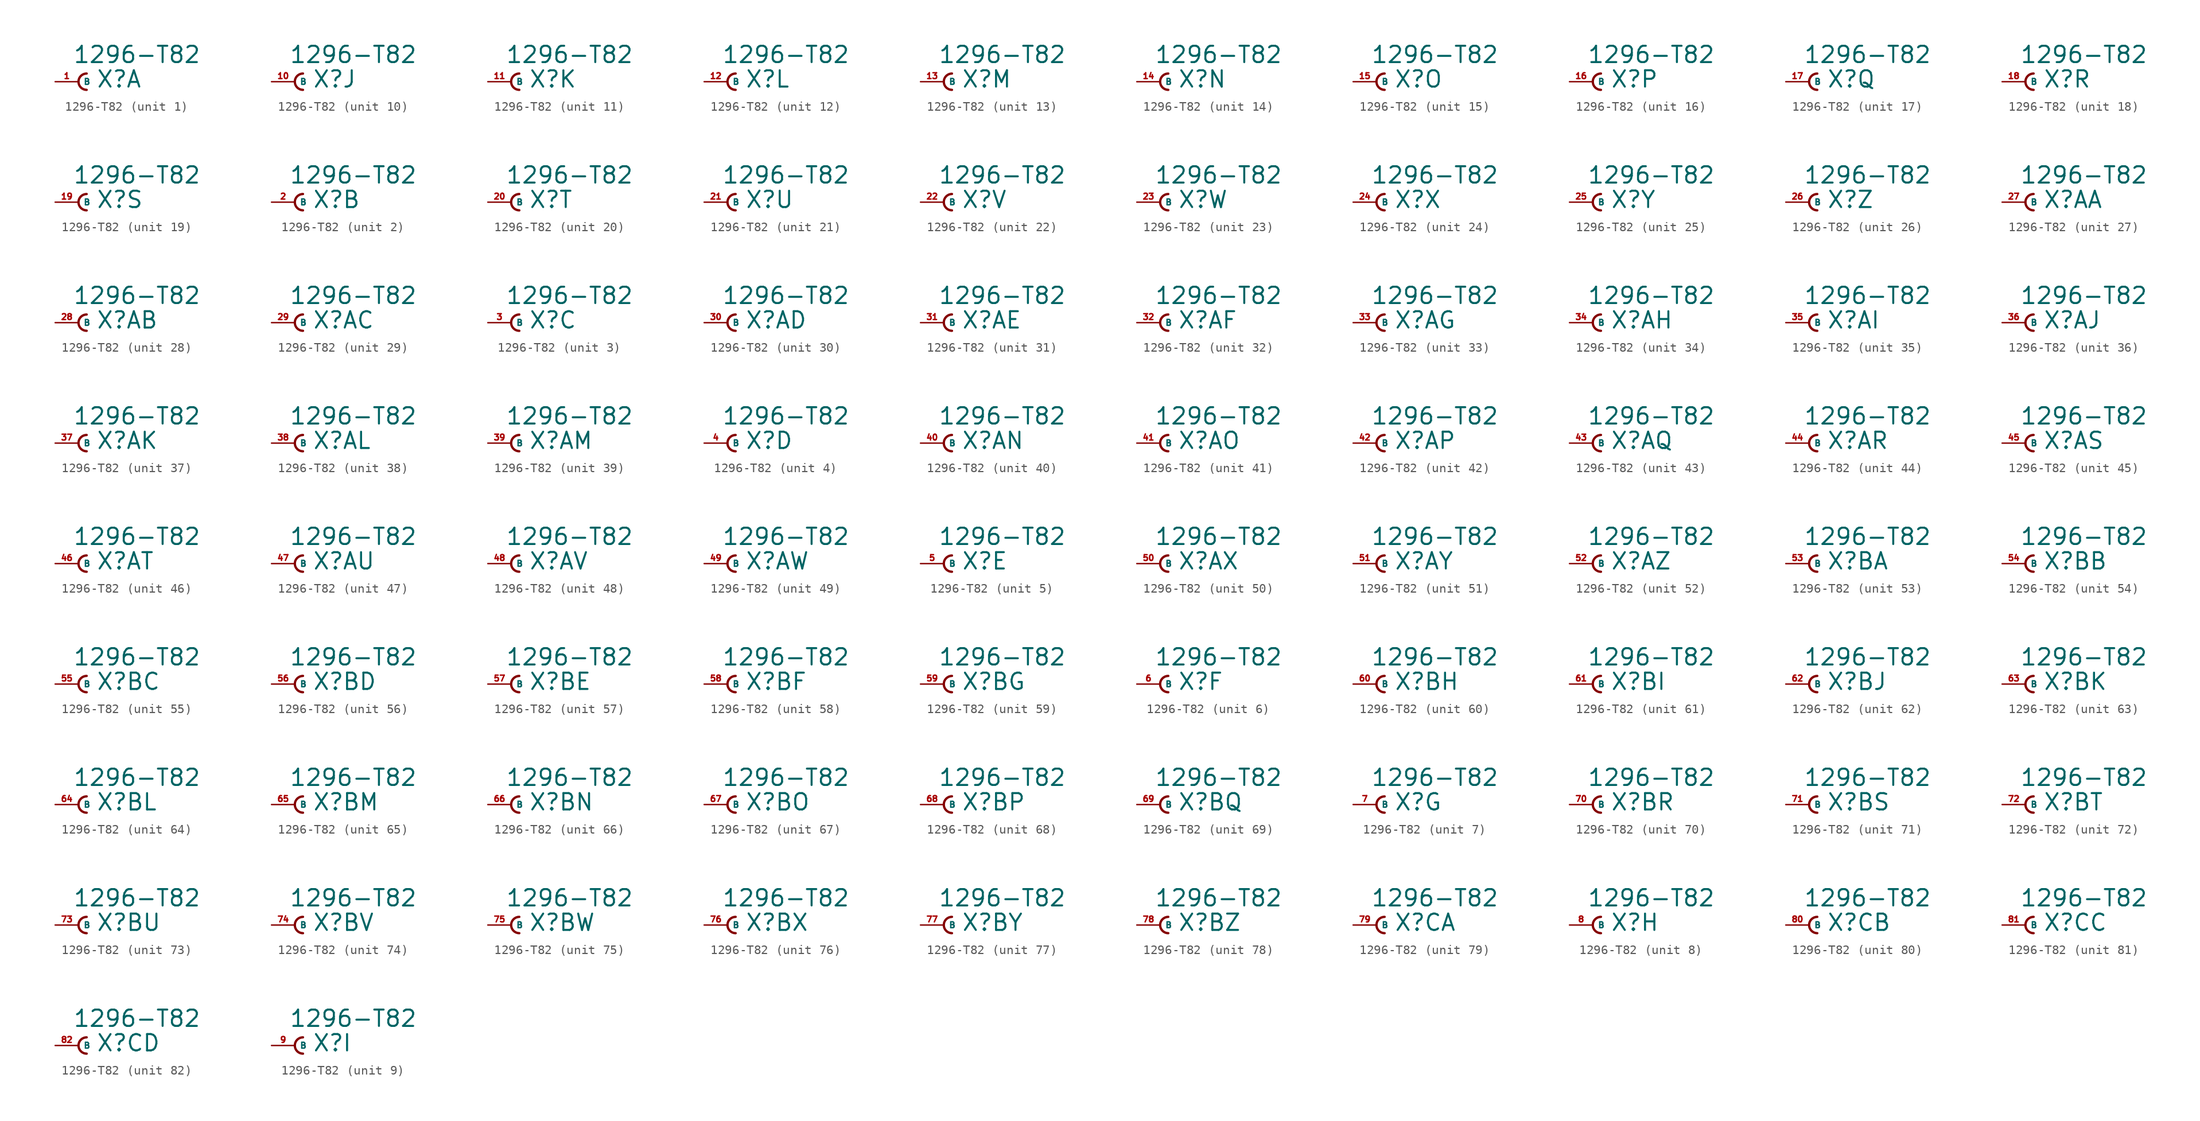
<source format=kicad_sym>
(kicad_symbol_lib
  (version 20220914)
  (generator Eagle2Kicad)
  (symbol "1296-T82"
    (property "Reference" "X"
      (at 1.905 -0.762 0)
      (effects (font (size 1.778 1.778) (thickness 0.22)) (justify left bottom)))
    (property "Value" "1296-T82"
      (at -0.635 1.905 0)
      (effects (font (size 1.778 1.778) (thickness 0.22)) (justify left bottom)))
    (symbol "1296-T82_1_0"
      (arc (start 0.889 0.889) (mid 0.000 0.000) (end 0.889 -0.889) (stroke (width 0.254) (type default)) (fill (type none)))
      (pin passive line (at -2.54 0 0) (length 2.54) (name "B" (effects (font (size 0.635 0.635) (thickness 0.08)) (justify left bottom))) (number "1" (effects (font (size 0.635 0.635) (thickness 0.08)) (justify left bottom)))))
    (symbol "1296-T82_2_0"
      (arc (start 0.889 0.889) (mid 0.000 0.000) (end 0.889 -0.889) (stroke (width 0.254) (type default)) (fill (type none)))
      (pin passive line (at -2.54 0 0) (length 2.54) (name "B" (effects (font (size 0.635 0.635) (thickness 0.08)) (justify left bottom))) (number "2" (effects (font (size 0.635 0.635) (thickness 0.08)) (justify left bottom)))))
    (symbol "1296-T82_3_0"
      (arc (start 0.889 0.889) (mid 0.000 0.000) (end 0.889 -0.889) (stroke (width 0.254) (type default)) (fill (type none)))
      (pin passive line (at -2.54 0 0) (length 2.54) (name "B" (effects (font (size 0.635 0.635) (thickness 0.08)) (justify left bottom))) (number "3" (effects (font (size 0.635 0.635) (thickness 0.08)) (justify left bottom)))))
    (symbol "1296-T82_4_0"
      (arc (start 0.889 0.889) (mid 0.000 0.000) (end 0.889 -0.889) (stroke (width 0.254) (type default)) (fill (type none)))
      (pin passive line (at -2.54 0 0) (length 2.54) (name "B" (effects (font (size 0.635 0.635) (thickness 0.08)) (justify left bottom))) (number "4" (effects (font (size 0.635 0.635) (thickness 0.08)) (justify left bottom)))))
    (symbol "1296-T82_5_0"
      (arc (start 0.889 0.889) (mid 0.000 0.000) (end 0.889 -0.889) (stroke (width 0.254) (type default)) (fill (type none)))
      (pin passive line (at -2.54 0 0) (length 2.54) (name "B" (effects (font (size 0.635 0.635) (thickness 0.08)) (justify left bottom))) (number "5" (effects (font (size 0.635 0.635) (thickness 0.08)) (justify left bottom)))))
    (symbol "1296-T82_6_0"
      (arc (start 0.889 0.889) (mid 0.000 0.000) (end 0.889 -0.889) (stroke (width 0.254) (type default)) (fill (type none)))
      (pin passive line (at -2.54 0 0) (length 2.54) (name "B" (effects (font (size 0.635 0.635) (thickness 0.08)) (justify left bottom))) (number "6" (effects (font (size 0.635 0.635) (thickness 0.08)) (justify left bottom)))))
    (symbol "1296-T82_7_0"
      (arc (start 0.889 0.889) (mid 0.000 0.000) (end 0.889 -0.889) (stroke (width 0.254) (type default)) (fill (type none)))
      (pin passive line (at -2.54 0 0) (length 2.54) (name "B" (effects (font (size 0.635 0.635) (thickness 0.08)) (justify left bottom))) (number "7" (effects (font (size 0.635 0.635) (thickness 0.08)) (justify left bottom)))))
    (symbol "1296-T82_8_0"
      (arc (start 0.889 0.889) (mid 0.000 0.000) (end 0.889 -0.889) (stroke (width 0.254) (type default)) (fill (type none)))
      (pin passive line (at -2.54 0 0) (length 2.54) (name "B" (effects (font (size 0.635 0.635) (thickness 0.08)) (justify left bottom))) (number "8" (effects (font (size 0.635 0.635) (thickness 0.08)) (justify left bottom)))))
    (symbol "1296-T82_9_0"
      (arc (start 0.889 0.889) (mid 0.000 0.000) (end 0.889 -0.889) (stroke (width 0.254) (type default)) (fill (type none)))
      (pin passive line (at -2.54 0 0) (length 2.54) (name "B" (effects (font (size 0.635 0.635) (thickness 0.08)) (justify left bottom))) (number "9" (effects (font (size 0.635 0.635) (thickness 0.08)) (justify left bottom)))))
    (symbol "1296-T82_10_0"
      (arc (start 0.889 0.889) (mid 0.000 0.000) (end 0.889 -0.889) (stroke (width 0.254) (type default)) (fill (type none)))
      (pin passive line (at -2.54 0 0) (length 2.54) (name "B" (effects (font (size 0.635 0.635) (thickness 0.08)) (justify left bottom))) (number "10" (effects (font (size 0.635 0.635) (thickness 0.08)) (justify left bottom)))))
    (symbol "1296-T82_11_0"
      (arc (start 0.889 0.889) (mid 0.000 0.000) (end 0.889 -0.889) (stroke (width 0.254) (type default)) (fill (type none)))
      (pin passive line (at -2.54 0 0) (length 2.54) (name "B" (effects (font (size 0.635 0.635) (thickness 0.08)) (justify left bottom))) (number "11" (effects (font (size 0.635 0.635) (thickness 0.08)) (justify left bottom)))))
    (symbol "1296-T82_12_0"
      (arc (start 0.889 0.889) (mid 0.000 0.000) (end 0.889 -0.889) (stroke (width 0.254) (type default)) (fill (type none)))
      (pin passive line (at -2.54 0 0) (length 2.54) (name "B" (effects (font (size 0.635 0.635) (thickness 0.08)) (justify left bottom))) (number "12" (effects (font (size 0.635 0.635) (thickness 0.08)) (justify left bottom)))))
    (symbol "1296-T82_13_0"
      (arc (start 0.889 0.889) (mid 0.000 0.000) (end 0.889 -0.889) (stroke (width 0.254) (type default)) (fill (type none)))
      (pin passive line (at -2.54 0 0) (length 2.54) (name "B" (effects (font (size 0.635 0.635) (thickness 0.08)) (justify left bottom))) (number "13" (effects (font (size 0.635 0.635) (thickness 0.08)) (justify left bottom)))))
    (symbol "1296-T82_14_0"
      (arc (start 0.889 0.889) (mid 0.000 0.000) (end 0.889 -0.889) (stroke (width 0.254) (type default)) (fill (type none)))
      (pin passive line (at -2.54 0 0) (length 2.54) (name "B" (effects (font (size 0.635 0.635) (thickness 0.08)) (justify left bottom))) (number "14" (effects (font (size 0.635 0.635) (thickness 0.08)) (justify left bottom)))))
    (symbol "1296-T82_15_0"
      (arc (start 0.889 0.889) (mid 0.000 0.000) (end 0.889 -0.889) (stroke (width 0.254) (type default)) (fill (type none)))
      (pin passive line (at -2.54 0 0) (length 2.54) (name "B" (effects (font (size 0.635 0.635) (thickness 0.08)) (justify left bottom))) (number "15" (effects (font (size 0.635 0.635) (thickness 0.08)) (justify left bottom)))))
    (symbol "1296-T82_16_0"
      (arc (start 0.889 0.889) (mid 0.000 0.000) (end 0.889 -0.889) (stroke (width 0.254) (type default)) (fill (type none)))
      (pin passive line (at -2.54 0 0) (length 2.54) (name "B" (effects (font (size 0.635 0.635) (thickness 0.08)) (justify left bottom))) (number "16" (effects (font (size 0.635 0.635) (thickness 0.08)) (justify left bottom)))))
    (symbol "1296-T82_17_0"
      (arc (start 0.889 0.889) (mid 0.000 0.000) (end 0.889 -0.889) (stroke (width 0.254) (type default)) (fill (type none)))
      (pin passive line (at -2.54 0 0) (length 2.54) (name "B" (effects (font (size 0.635 0.635) (thickness 0.08)) (justify left bottom))) (number "17" (effects (font (size 0.635 0.635) (thickness 0.08)) (justify left bottom)))))
    (symbol "1296-T82_18_0"
      (arc (start 0.889 0.889) (mid 0.000 0.000) (end 0.889 -0.889) (stroke (width 0.254) (type default)) (fill (type none)))
      (pin passive line (at -2.54 0 0) (length 2.54) (name "B" (effects (font (size 0.635 0.635) (thickness 0.08)) (justify left bottom))) (number "18" (effects (font (size 0.635 0.635) (thickness 0.08)) (justify left bottom)))))
    (symbol "1296-T82_19_0"
      (arc (start 0.889 0.889) (mid 0.000 0.000) (end 0.889 -0.889) (stroke (width 0.254) (type default)) (fill (type none)))
      (pin passive line (at -2.54 0 0) (length 2.54) (name "B" (effects (font (size 0.635 0.635) (thickness 0.08)) (justify left bottom))) (number "19" (effects (font (size 0.635 0.635) (thickness 0.08)) (justify left bottom)))))
    (symbol "1296-T82_20_0"
      (arc (start 0.889 0.889) (mid 0.000 0.000) (end 0.889 -0.889) (stroke (width 0.254) (type default)) (fill (type none)))
      (pin passive line (at -2.54 0 0) (length 2.54) (name "B" (effects (font (size 0.635 0.635) (thickness 0.08)) (justify left bottom))) (number "20" (effects (font (size 0.635 0.635) (thickness 0.08)) (justify left bottom)))))
    (symbol "1296-T82_21_0"
      (arc (start 0.889 0.889) (mid 0.000 0.000) (end 0.889 -0.889) (stroke (width 0.254) (type default)) (fill (type none)))
      (pin passive line (at -2.54 0 0) (length 2.54) (name "B" (effects (font (size 0.635 0.635) (thickness 0.08)) (justify left bottom))) (number "21" (effects (font (size 0.635 0.635) (thickness 0.08)) (justify left bottom)))))
    (symbol "1296-T82_22_0"
      (arc (start 0.889 0.889) (mid 0.000 0.000) (end 0.889 -0.889) (stroke (width 0.254) (type default)) (fill (type none)))
      (pin passive line (at -2.54 0 0) (length 2.54) (name "B" (effects (font (size 0.635 0.635) (thickness 0.08)) (justify left bottom))) (number "22" (effects (font (size 0.635 0.635) (thickness 0.08)) (justify left bottom)))))
    (symbol "1296-T82_23_0"
      (arc (start 0.889 0.889) (mid 0.000 0.000) (end 0.889 -0.889) (stroke (width 0.254) (type default)) (fill (type none)))
      (pin passive line (at -2.54 0 0) (length 2.54) (name "B" (effects (font (size 0.635 0.635) (thickness 0.08)) (justify left bottom))) (number "23" (effects (font (size 0.635 0.635) (thickness 0.08)) (justify left bottom)))))
    (symbol "1296-T82_24_0"
      (arc (start 0.889 0.889) (mid 0.000 0.000) (end 0.889 -0.889) (stroke (width 0.254) (type default)) (fill (type none)))
      (pin passive line (at -2.54 0 0) (length 2.54) (name "B" (effects (font (size 0.635 0.635) (thickness 0.08)) (justify left bottom))) (number "24" (effects (font (size 0.635 0.635) (thickness 0.08)) (justify left bottom)))))
    (symbol "1296-T82_25_0"
      (arc (start 0.889 0.889) (mid 0.000 0.000) (end 0.889 -0.889) (stroke (width 0.254) (type default)) (fill (type none)))
      (pin passive line (at -2.54 0 0) (length 2.54) (name "B" (effects (font (size 0.635 0.635) (thickness 0.08)) (justify left bottom))) (number "25" (effects (font (size 0.635 0.635) (thickness 0.08)) (justify left bottom)))))
    (symbol "1296-T82_26_0"
      (arc (start 0.889 0.889) (mid 0.000 0.000) (end 0.889 -0.889) (stroke (width 0.254) (type default)) (fill (type none)))
      (pin passive line (at -2.54 0 0) (length 2.54) (name "B" (effects (font (size 0.635 0.635) (thickness 0.08)) (justify left bottom))) (number "26" (effects (font (size 0.635 0.635) (thickness 0.08)) (justify left bottom)))))
    (symbol "1296-T82_27_0"
      (arc (start 0.889 0.889) (mid 0.000 0.000) (end 0.889 -0.889) (stroke (width 0.254) (type default)) (fill (type none)))
      (pin passive line (at -2.54 0 0) (length 2.54) (name "B" (effects (font (size 0.635 0.635) (thickness 0.08)) (justify left bottom))) (number "27" (effects (font (size 0.635 0.635) (thickness 0.08)) (justify left bottom)))))
    (symbol "1296-T82_28_0"
      (arc (start 0.889 0.889) (mid 0.000 0.000) (end 0.889 -0.889) (stroke (width 0.254) (type default)) (fill (type none)))
      (pin passive line (at -2.54 0 0) (length 2.54) (name "B" (effects (font (size 0.635 0.635) (thickness 0.08)) (justify left bottom))) (number "28" (effects (font (size 0.635 0.635) (thickness 0.08)) (justify left bottom)))))
    (symbol "1296-T82_29_0"
      (arc (start 0.889 0.889) (mid 0.000 0.000) (end 0.889 -0.889) (stroke (width 0.254) (type default)) (fill (type none)))
      (pin passive line (at -2.54 0 0) (length 2.54) (name "B" (effects (font (size 0.635 0.635) (thickness 0.08)) (justify left bottom))) (number "29" (effects (font (size 0.635 0.635) (thickness 0.08)) (justify left bottom)))))
    (symbol "1296-T82_30_0"
      (arc (start 0.889 0.889) (mid 0.000 0.000) (end 0.889 -0.889) (stroke (width 0.254) (type default)) (fill (type none)))
      (pin passive line (at -2.54 0 0) (length 2.54) (name "B" (effects (font (size 0.635 0.635) (thickness 0.08)) (justify left bottom))) (number "30" (effects (font (size 0.635 0.635) (thickness 0.08)) (justify left bottom)))))
    (symbol "1296-T82_31_0"
      (arc (start 0.889 0.889) (mid 0.000 0.000) (end 0.889 -0.889) (stroke (width 0.254) (type default)) (fill (type none)))
      (pin passive line (at -2.54 0 0) (length 2.54) (name "B" (effects (font (size 0.635 0.635) (thickness 0.08)) (justify left bottom))) (number "31" (effects (font (size 0.635 0.635) (thickness 0.08)) (justify left bottom)))))
    (symbol "1296-T82_32_0"
      (arc (start 0.889 0.889) (mid 0.000 0.000) (end 0.889 -0.889) (stroke (width 0.254) (type default)) (fill (type none)))
      (pin passive line (at -2.54 0 0) (length 2.54) (name "B" (effects (font (size 0.635 0.635) (thickness 0.08)) (justify left bottom))) (number "32" (effects (font (size 0.635 0.635) (thickness 0.08)) (justify left bottom)))))
    (symbol "1296-T82_33_0"
      (arc (start 0.889 0.889) (mid 0.000 0.000) (end 0.889 -0.889) (stroke (width 0.254) (type default)) (fill (type none)))
      (pin passive line (at -2.54 0 0) (length 2.54) (name "B" (effects (font (size 0.635 0.635) (thickness 0.08)) (justify left bottom))) (number "33" (effects (font (size 0.635 0.635) (thickness 0.08)) (justify left bottom)))))
    (symbol "1296-T82_34_0"
      (arc (start 0.889 0.889) (mid 0.000 0.000) (end 0.889 -0.889) (stroke (width 0.254) (type default)) (fill (type none)))
      (pin passive line (at -2.54 0 0) (length 2.54) (name "B" (effects (font (size 0.635 0.635) (thickness 0.08)) (justify left bottom))) (number "34" (effects (font (size 0.635 0.635) (thickness 0.08)) (justify left bottom)))))
    (symbol "1296-T82_35_0"
      (arc (start 0.889 0.889) (mid 0.000 0.000) (end 0.889 -0.889) (stroke (width 0.254) (type default)) (fill (type none)))
      (pin passive line (at -2.54 0 0) (length 2.54) (name "B" (effects (font (size 0.635 0.635) (thickness 0.08)) (justify left bottom))) (number "35" (effects (font (size 0.635 0.635) (thickness 0.08)) (justify left bottom)))))
    (symbol "1296-T82_36_0"
      (arc (start 0.889 0.889) (mid 0.000 0.000) (end 0.889 -0.889) (stroke (width 0.254) (type default)) (fill (type none)))
      (pin passive line (at -2.54 0 0) (length 2.54) (name "B" (effects (font (size 0.635 0.635) (thickness 0.08)) (justify left bottom))) (number "36" (effects (font (size 0.635 0.635) (thickness 0.08)) (justify left bottom)))))
    (symbol "1296-T82_37_0"
      (arc (start 0.889 0.889) (mid 0.000 0.000) (end 0.889 -0.889) (stroke (width 0.254) (type default)) (fill (type none)))
      (pin passive line (at -2.54 0 0) (length 2.54) (name "B" (effects (font (size 0.635 0.635) (thickness 0.08)) (justify left bottom))) (number "37" (effects (font (size 0.635 0.635) (thickness 0.08)) (justify left bottom)))))
    (symbol "1296-T82_38_0"
      (arc (start 0.889 0.889) (mid 0.000 0.000) (end 0.889 -0.889) (stroke (width 0.254) (type default)) (fill (type none)))
      (pin passive line (at -2.54 0 0) (length 2.54) (name "B" (effects (font (size 0.635 0.635) (thickness 0.08)) (justify left bottom))) (number "38" (effects (font (size 0.635 0.635) (thickness 0.08)) (justify left bottom)))))
    (symbol "1296-T82_39_0"
      (arc (start 0.889 0.889) (mid 0.000 0.000) (end 0.889 -0.889) (stroke (width 0.254) (type default)) (fill (type none)))
      (pin passive line (at -2.54 0 0) (length 2.54) (name "B" (effects (font (size 0.635 0.635) (thickness 0.08)) (justify left bottom))) (number "39" (effects (font (size 0.635 0.635) (thickness 0.08)) (justify left bottom)))))
    (symbol "1296-T82_40_0"
      (arc (start 0.889 0.889) (mid 0.000 0.000) (end 0.889 -0.889) (stroke (width 0.254) (type default)) (fill (type none)))
      (pin passive line (at -2.54 0 0) (length 2.54) (name "B" (effects (font (size 0.635 0.635) (thickness 0.08)) (justify left bottom))) (number "40" (effects (font (size 0.635 0.635) (thickness 0.08)) (justify left bottom)))))
    (symbol "1296-T82_41_0"
      (arc (start 0.889 0.889) (mid 0.000 0.000) (end 0.889 -0.889) (stroke (width 0.254) (type default)) (fill (type none)))
      (pin passive line (at -2.54 0 0) (length 2.54) (name "B" (effects (font (size 0.635 0.635) (thickness 0.08)) (justify left bottom))) (number "41" (effects (font (size 0.635 0.635) (thickness 0.08)) (justify left bottom)))))
    (symbol "1296-T82_42_0"
      (arc (start 0.889 0.889) (mid 0.000 0.000) (end 0.889 -0.889) (stroke (width 0.254) (type default)) (fill (type none)))
      (pin passive line (at -2.54 0 0) (length 2.54) (name "B" (effects (font (size 0.635 0.635) (thickness 0.08)) (justify left bottom))) (number "42" (effects (font (size 0.635 0.635) (thickness 0.08)) (justify left bottom)))))
    (symbol "1296-T82_43_0"
      (arc (start 0.889 0.889) (mid 0.000 0.000) (end 0.889 -0.889) (stroke (width 0.254) (type default)) (fill (type none)))
      (pin passive line (at -2.54 0 0) (length 2.54) (name "B" (effects (font (size 0.635 0.635) (thickness 0.08)) (justify left bottom))) (number "43" (effects (font (size 0.635 0.635) (thickness 0.08)) (justify left bottom)))))
    (symbol "1296-T82_44_0"
      (arc (start 0.889 0.889) (mid 0.000 0.000) (end 0.889 -0.889) (stroke (width 0.254) (type default)) (fill (type none)))
      (pin passive line (at -2.54 0 0) (length 2.54) (name "B" (effects (font (size 0.635 0.635) (thickness 0.08)) (justify left bottom))) (number "44" (effects (font (size 0.635 0.635) (thickness 0.08)) (justify left bottom)))))
    (symbol "1296-T82_45_0"
      (arc (start 0.889 0.889) (mid 0.000 0.000) (end 0.889 -0.889) (stroke (width 0.254) (type default)) (fill (type none)))
      (pin passive line (at -2.54 0 0) (length 2.54) (name "B" (effects (font (size 0.635 0.635) (thickness 0.08)) (justify left bottom))) (number "45" (effects (font (size 0.635 0.635) (thickness 0.08)) (justify left bottom)))))
    (symbol "1296-T82_46_0"
      (arc (start 0.889 0.889) (mid 0.000 0.000) (end 0.889 -0.889) (stroke (width 0.254) (type default)) (fill (type none)))
      (pin passive line (at -2.54 0 0) (length 2.54) (name "B" (effects (font (size 0.635 0.635) (thickness 0.08)) (justify left bottom))) (number "46" (effects (font (size 0.635 0.635) (thickness 0.08)) (justify left bottom)))))
    (symbol "1296-T82_47_0"
      (arc (start 0.889 0.889) (mid 0.000 0.000) (end 0.889 -0.889) (stroke (width 0.254) (type default)) (fill (type none)))
      (pin passive line (at -2.54 0 0) (length 2.54) (name "B" (effects (font (size 0.635 0.635) (thickness 0.08)) (justify left bottom))) (number "47" (effects (font (size 0.635 0.635) (thickness 0.08)) (justify left bottom)))))
    (symbol "1296-T82_48_0"
      (arc (start 0.889 0.889) (mid 0.000 0.000) (end 0.889 -0.889) (stroke (width 0.254) (type default)) (fill (type none)))
      (pin passive line (at -2.54 0 0) (length 2.54) (name "B" (effects (font (size 0.635 0.635) (thickness 0.08)) (justify left bottom))) (number "48" (effects (font (size 0.635 0.635) (thickness 0.08)) (justify left bottom)))))
    (symbol "1296-T82_49_0"
      (arc (start 0.889 0.889) (mid 0.000 0.000) (end 0.889 -0.889) (stroke (width 0.254) (type default)) (fill (type none)))
      (pin passive line (at -2.54 0 0) (length 2.54) (name "B" (effects (font (size 0.635 0.635) (thickness 0.08)) (justify left bottom))) (number "49" (effects (font (size 0.635 0.635) (thickness 0.08)) (justify left bottom)))))
    (symbol "1296-T82_50_0"
      (arc (start 0.889 0.889) (mid 0.000 0.000) (end 0.889 -0.889) (stroke (width 0.254) (type default)) (fill (type none)))
      (pin passive line (at -2.54 0 0) (length 2.54) (name "B" (effects (font (size 0.635 0.635) (thickness 0.08)) (justify left bottom))) (number "50" (effects (font (size 0.635 0.635) (thickness 0.08)) (justify left bottom)))))
    (symbol "1296-T82_51_0"
      (arc (start 0.889 0.889) (mid 0.000 0.000) (end 0.889 -0.889) (stroke (width 0.254) (type default)) (fill (type none)))
      (pin passive line (at -2.54 0 0) (length 2.54) (name "B" (effects (font (size 0.635 0.635) (thickness 0.08)) (justify left bottom))) (number "51" (effects (font (size 0.635 0.635) (thickness 0.08)) (justify left bottom)))))
    (symbol "1296-T82_52_0"
      (arc (start 0.889 0.889) (mid 0.000 0.000) (end 0.889 -0.889) (stroke (width 0.254) (type default)) (fill (type none)))
      (pin passive line (at -2.54 0 0) (length 2.54) (name "B" (effects (font (size 0.635 0.635) (thickness 0.08)) (justify left bottom))) (number "52" (effects (font (size 0.635 0.635) (thickness 0.08)) (justify left bottom)))))
    (symbol "1296-T82_53_0"
      (arc (start 0.889 0.889) (mid 0.000 0.000) (end 0.889 -0.889) (stroke (width 0.254) (type default)) (fill (type none)))
      (pin passive line (at -2.54 0 0) (length 2.54) (name "B" (effects (font (size 0.635 0.635) (thickness 0.08)) (justify left bottom))) (number "53" (effects (font (size 0.635 0.635) (thickness 0.08)) (justify left bottom)))))
    (symbol "1296-T82_54_0"
      (arc (start 0.889 0.889) (mid 0.000 0.000) (end 0.889 -0.889) (stroke (width 0.254) (type default)) (fill (type none)))
      (pin passive line (at -2.54 0 0) (length 2.54) (name "B" (effects (font (size 0.635 0.635) (thickness 0.08)) (justify left bottom))) (number "54" (effects (font (size 0.635 0.635) (thickness 0.08)) (justify left bottom)))))
    (symbol "1296-T82_55_0"
      (arc (start 0.889 0.889) (mid 0.000 0.000) (end 0.889 -0.889) (stroke (width 0.254) (type default)) (fill (type none)))
      (pin passive line (at -2.54 0 0) (length 2.54) (name "B" (effects (font (size 0.635 0.635) (thickness 0.08)) (justify left bottom))) (number "55" (effects (font (size 0.635 0.635) (thickness 0.08)) (justify left bottom)))))
    (symbol "1296-T82_56_0"
      (arc (start 0.889 0.889) (mid 0.000 0.000) (end 0.889 -0.889) (stroke (width 0.254) (type default)) (fill (type none)))
      (pin passive line (at -2.54 0 0) (length 2.54) (name "B" (effects (font (size 0.635 0.635) (thickness 0.08)) (justify left bottom))) (number "56" (effects (font (size 0.635 0.635) (thickness 0.08)) (justify left bottom)))))
    (symbol "1296-T82_57_0"
      (arc (start 0.889 0.889) (mid 0.000 0.000) (end 0.889 -0.889) (stroke (width 0.254) (type default)) (fill (type none)))
      (pin passive line (at -2.54 0 0) (length 2.54) (name "B" (effects (font (size 0.635 0.635) (thickness 0.08)) (justify left bottom))) (number "57" (effects (font (size 0.635 0.635) (thickness 0.08)) (justify left bottom)))))
    (symbol "1296-T82_58_0"
      (arc (start 0.889 0.889) (mid 0.000 0.000) (end 0.889 -0.889) (stroke (width 0.254) (type default)) (fill (type none)))
      (pin passive line (at -2.54 0 0) (length 2.54) (name "B" (effects (font (size 0.635 0.635) (thickness 0.08)) (justify left bottom))) (number "58" (effects (font (size 0.635 0.635) (thickness 0.08)) (justify left bottom)))))
    (symbol "1296-T82_59_0"
      (arc (start 0.889 0.889) (mid 0.000 0.000) (end 0.889 -0.889) (stroke (width 0.254) (type default)) (fill (type none)))
      (pin passive line (at -2.54 0 0) (length 2.54) (name "B" (effects (font (size 0.635 0.635) (thickness 0.08)) (justify left bottom))) (number "59" (effects (font (size 0.635 0.635) (thickness 0.08)) (justify left bottom)))))
    (symbol "1296-T82_60_0"
      (arc (start 0.889 0.889) (mid 0.000 0.000) (end 0.889 -0.889) (stroke (width 0.254) (type default)) (fill (type none)))
      (pin passive line (at -2.54 0 0) (length 2.54) (name "B" (effects (font (size 0.635 0.635) (thickness 0.08)) (justify left bottom))) (number "60" (effects (font (size 0.635 0.635) (thickness 0.08)) (justify left bottom)))))
    (symbol "1296-T82_61_0"
      (arc (start 0.889 0.889) (mid 0.000 0.000) (end 0.889 -0.889) (stroke (width 0.254) (type default)) (fill (type none)))
      (pin passive line (at -2.54 0 0) (length 2.54) (name "B" (effects (font (size 0.635 0.635) (thickness 0.08)) (justify left bottom))) (number "61" (effects (font (size 0.635 0.635) (thickness 0.08)) (justify left bottom)))))
    (symbol "1296-T82_62_0"
      (arc (start 0.889 0.889) (mid 0.000 0.000) (end 0.889 -0.889) (stroke (width 0.254) (type default)) (fill (type none)))
      (pin passive line (at -2.54 0 0) (length 2.54) (name "B" (effects (font (size 0.635 0.635) (thickness 0.08)) (justify left bottom))) (number "62" (effects (font (size 0.635 0.635) (thickness 0.08)) (justify left bottom)))))
    (symbol "1296-T82_63_0"
      (arc (start 0.889 0.889) (mid 0.000 0.000) (end 0.889 -0.889) (stroke (width 0.254) (type default)) (fill (type none)))
      (pin passive line (at -2.54 0 0) (length 2.54) (name "B" (effects (font (size 0.635 0.635) (thickness 0.08)) (justify left bottom))) (number "63" (effects (font (size 0.635 0.635) (thickness 0.08)) (justify left bottom)))))
    (symbol "1296-T82_64_0"
      (arc (start 0.889 0.889) (mid 0.000 0.000) (end 0.889 -0.889) (stroke (width 0.254) (type default)) (fill (type none)))
      (pin passive line (at -2.54 0 0) (length 2.54) (name "B" (effects (font (size 0.635 0.635) (thickness 0.08)) (justify left bottom))) (number "64" (effects (font (size 0.635 0.635) (thickness 0.08)) (justify left bottom)))))
    (symbol "1296-T82_65_0"
      (arc (start 0.889 0.889) (mid 0.000 0.000) (end 0.889 -0.889) (stroke (width 0.254) (type default)) (fill (type none)))
      (pin passive line (at -2.54 0 0) (length 2.54) (name "B" (effects (font (size 0.635 0.635) (thickness 0.08)) (justify left bottom))) (number "65" (effects (font (size 0.635 0.635) (thickness 0.08)) (justify left bottom)))))
    (symbol "1296-T82_66_0"
      (arc (start 0.889 0.889) (mid 0.000 0.000) (end 0.889 -0.889) (stroke (width 0.254) (type default)) (fill (type none)))
      (pin passive line (at -2.54 0 0) (length 2.54) (name "B" (effects (font (size 0.635 0.635) (thickness 0.08)) (justify left bottom))) (number "66" (effects (font (size 0.635 0.635) (thickness 0.08)) (justify left bottom)))))
    (symbol "1296-T82_67_0"
      (arc (start 0.889 0.889) (mid 0.000 0.000) (end 0.889 -0.889) (stroke (width 0.254) (type default)) (fill (type none)))
      (pin passive line (at -2.54 0 0) (length 2.54) (name "B" (effects (font (size 0.635 0.635) (thickness 0.08)) (justify left bottom))) (number "67" (effects (font (size 0.635 0.635) (thickness 0.08)) (justify left bottom)))))
    (symbol "1296-T82_68_0"
      (arc (start 0.889 0.889) (mid 0.000 0.000) (end 0.889 -0.889) (stroke (width 0.254) (type default)) (fill (type none)))
      (pin passive line (at -2.54 0 0) (length 2.54) (name "B" (effects (font (size 0.635 0.635) (thickness 0.08)) (justify left bottom))) (number "68" (effects (font (size 0.635 0.635) (thickness 0.08)) (justify left bottom)))))
    (symbol "1296-T82_69_0"
      (arc (start 0.889 0.889) (mid 0.000 0.000) (end 0.889 -0.889) (stroke (width 0.254) (type default)) (fill (type none)))
      (pin passive line (at -2.54 0 0) (length 2.54) (name "B" (effects (font (size 0.635 0.635) (thickness 0.08)) (justify left bottom))) (number "69" (effects (font (size 0.635 0.635) (thickness 0.08)) (justify left bottom)))))
    (symbol "1296-T82_70_0"
      (arc (start 0.889 0.889) (mid 0.000 0.000) (end 0.889 -0.889) (stroke (width 0.254) (type default)) (fill (type none)))
      (pin passive line (at -2.54 0 0) (length 2.54) (name "B" (effects (font (size 0.635 0.635) (thickness 0.08)) (justify left bottom))) (number "70" (effects (font (size 0.635 0.635) (thickness 0.08)) (justify left bottom)))))
    (symbol "1296-T82_71_0"
      (arc (start 0.889 0.889) (mid 0.000 0.000) (end 0.889 -0.889) (stroke (width 0.254) (type default)) (fill (type none)))
      (pin passive line (at -2.54 0 0) (length 2.54) (name "B" (effects (font (size 0.635 0.635) (thickness 0.08)) (justify left bottom))) (number "71" (effects (font (size 0.635 0.635) (thickness 0.08)) (justify left bottom)))))
    (symbol "1296-T82_72_0"
      (arc (start 0.889 0.889) (mid 0.000 0.000) (end 0.889 -0.889) (stroke (width 0.254) (type default)) (fill (type none)))
      (pin passive line (at -2.54 0 0) (length 2.54) (name "B" (effects (font (size 0.635 0.635) (thickness 0.08)) (justify left bottom))) (number "72" (effects (font (size 0.635 0.635) (thickness 0.08)) (justify left bottom)))))
    (symbol "1296-T82_73_0"
      (arc (start 0.889 0.889) (mid 0.000 0.000) (end 0.889 -0.889) (stroke (width 0.254) (type default)) (fill (type none)))
      (pin passive line (at -2.54 0 0) (length 2.54) (name "B" (effects (font (size 0.635 0.635) (thickness 0.08)) (justify left bottom))) (number "73" (effects (font (size 0.635 0.635) (thickness 0.08)) (justify left bottom)))))
    (symbol "1296-T82_74_0"
      (arc (start 0.889 0.889) (mid 0.000 0.000) (end 0.889 -0.889) (stroke (width 0.254) (type default)) (fill (type none)))
      (pin passive line (at -2.54 0 0) (length 2.54) (name "B" (effects (font (size 0.635 0.635) (thickness 0.08)) (justify left bottom))) (number "74" (effects (font (size 0.635 0.635) (thickness 0.08)) (justify left bottom)))))
    (symbol "1296-T82_75_0"
      (arc (start 0.889 0.889) (mid 0.000 0.000) (end 0.889 -0.889) (stroke (width 0.254) (type default)) (fill (type none)))
      (pin passive line (at -2.54 0 0) (length 2.54) (name "B" (effects (font (size 0.635 0.635) (thickness 0.08)) (justify left bottom))) (number "75" (effects (font (size 0.635 0.635) (thickness 0.08)) (justify left bottom)))))
    (symbol "1296-T82_76_0"
      (arc (start 0.889 0.889) (mid 0.000 0.000) (end 0.889 -0.889) (stroke (width 0.254) (type default)) (fill (type none)))
      (pin passive line (at -2.54 0 0) (length 2.54) (name "B" (effects (font (size 0.635 0.635) (thickness 0.08)) (justify left bottom))) (number "76" (effects (font (size 0.635 0.635) (thickness 0.08)) (justify left bottom)))))
    (symbol "1296-T82_77_0"
      (arc (start 0.889 0.889) (mid 0.000 0.000) (end 0.889 -0.889) (stroke (width 0.254) (type default)) (fill (type none)))
      (pin passive line (at -2.54 0 0) (length 2.54) (name "B" (effects (font (size 0.635 0.635) (thickness 0.08)) (justify left bottom))) (number "77" (effects (font (size 0.635 0.635) (thickness 0.08)) (justify left bottom)))))
    (symbol "1296-T82_78_0"
      (arc (start 0.889 0.889) (mid 0.000 0.000) (end 0.889 -0.889) (stroke (width 0.254) (type default)) (fill (type none)))
      (pin passive line (at -2.54 0 0) (length 2.54) (name "B" (effects (font (size 0.635 0.635) (thickness 0.08)) (justify left bottom))) (number "78" (effects (font (size 0.635 0.635) (thickness 0.08)) (justify left bottom)))))
    (symbol "1296-T82_79_0"
      (arc (start 0.889 0.889) (mid 0.000 0.000) (end 0.889 -0.889) (stroke (width 0.254) (type default)) (fill (type none)))
      (pin passive line (at -2.54 0 0) (length 2.54) (name "B" (effects (font (size 0.635 0.635) (thickness 0.08)) (justify left bottom))) (number "79" (effects (font (size 0.635 0.635) (thickness 0.08)) (justify left bottom)))))
    (symbol "1296-T82_80_0"
      (arc (start 0.889 0.889) (mid 0.000 0.000) (end 0.889 -0.889) (stroke (width 0.254) (type default)) (fill (type none)))
      (pin passive line (at -2.54 0 0) (length 2.54) (name "B" (effects (font (size 0.635 0.635) (thickness 0.08)) (justify left bottom))) (number "80" (effects (font (size 0.635 0.635) (thickness 0.08)) (justify left bottom)))))
    (symbol "1296-T82_81_0"
      (arc (start 0.889 0.889) (mid 0.000 0.000) (end 0.889 -0.889) (stroke (width 0.254) (type default)) (fill (type none)))
      (pin passive line (at -2.54 0 0) (length 2.54) (name "B" (effects (font (size 0.635 0.635) (thickness 0.08)) (justify left bottom))) (number "81" (effects (font (size 0.635 0.635) (thickness 0.08)) (justify left bottom)))))
    (symbol "1296-T82_82_0"
      (arc (start 0.889 0.889) (mid 0.000 0.000) (end 0.889 -0.889) (stroke (width 0.254) (type default)) (fill (type none)))
      (pin passive line (at -2.54 0 0) (length 2.54) (name "B" (effects (font (size 0.635 0.635) (thickness 0.08)) (justify left bottom))) (number "82" (effects (font (size 0.635 0.635) (thickness 0.08)) (justify left bottom)))))))
</source>
